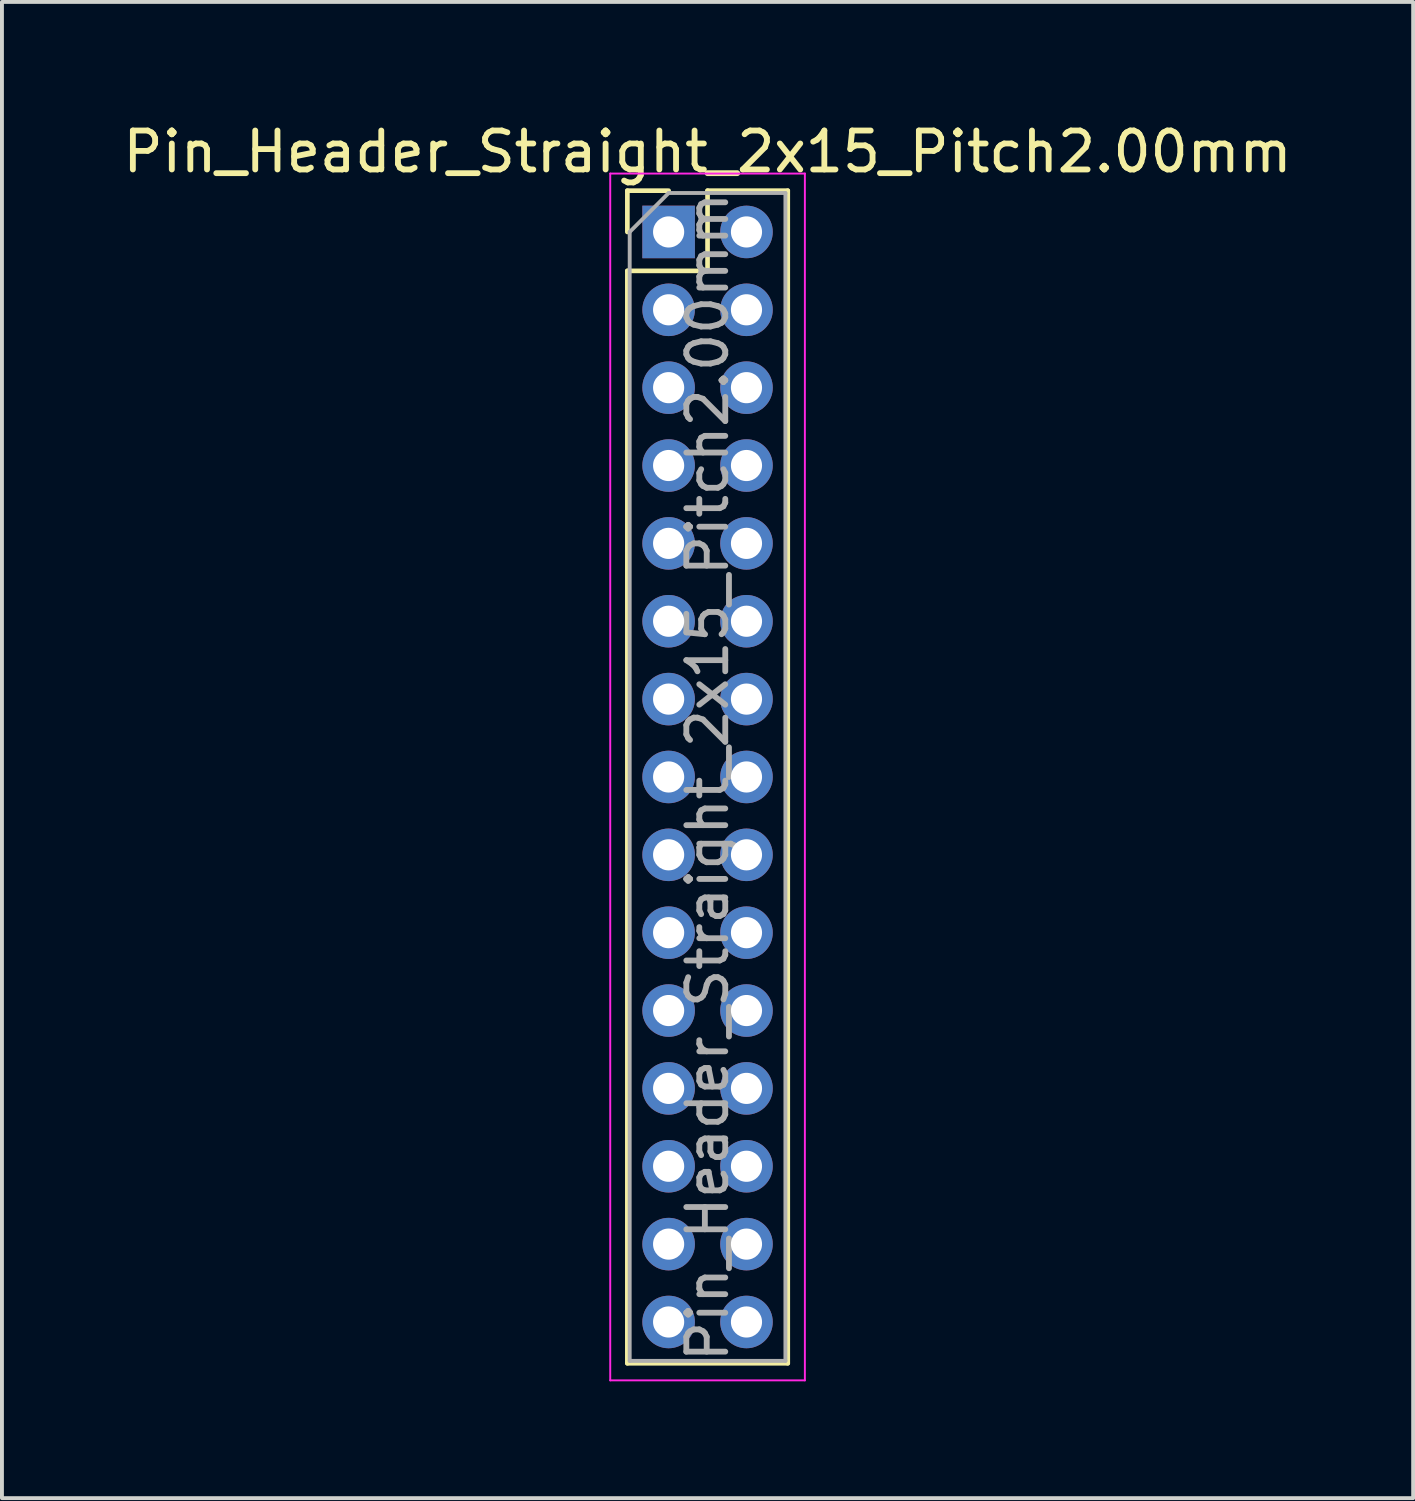
<source format=kicad_pcb>
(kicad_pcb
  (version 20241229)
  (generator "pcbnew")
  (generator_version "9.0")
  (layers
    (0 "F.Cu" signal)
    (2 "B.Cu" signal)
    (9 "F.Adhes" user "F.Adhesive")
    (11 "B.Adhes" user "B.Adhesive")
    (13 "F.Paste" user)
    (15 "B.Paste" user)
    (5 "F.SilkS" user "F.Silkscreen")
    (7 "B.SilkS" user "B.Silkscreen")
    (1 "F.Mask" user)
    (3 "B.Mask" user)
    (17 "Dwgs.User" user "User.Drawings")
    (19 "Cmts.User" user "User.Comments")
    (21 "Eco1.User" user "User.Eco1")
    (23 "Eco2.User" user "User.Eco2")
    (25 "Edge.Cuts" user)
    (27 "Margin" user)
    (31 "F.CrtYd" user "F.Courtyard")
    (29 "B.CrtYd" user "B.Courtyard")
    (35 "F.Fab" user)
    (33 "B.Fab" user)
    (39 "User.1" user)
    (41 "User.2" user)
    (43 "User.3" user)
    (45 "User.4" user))
  (footprint "Pin_Header_Straight_2x15_Pitch2.00mm"
    (layer "F.Cu")
    (at 14.125 2.908)
    (property "Reference" "Pin_Header_Straight_2x15_Pitch2.00mm" (at 1 -2.06 0) (layer "F.SilkS") (effects (font (size 1 1) (thickness 0.15))))
    (attr through_hole)
    (fp_line (start -1.06 -1.06) (end 0 -1.06) (stroke (width 0.12) (type solid)) (layer "F.SilkS"))
    (fp_line (start -1.06 0) (end -1.06 -1.06) (stroke (width 0.12) (type solid)) (layer "F.SilkS"))
    (fp_line (start -1.06 1) (end -1.06 29.06) (stroke (width 0.12) (type solid)) (layer "F.SilkS"))
    (fp_line (start -1.06 1) (end 1 1) (stroke (width 0.12) (type solid)) (layer "F.SilkS"))
    (fp_line (start -1.06 29.06) (end 3.06 29.06) (stroke (width 0.12) (type solid)) (layer "F.SilkS"))
    (fp_line (start 1 -1.06) (end 3.06 -1.06) (stroke (width 0.12) (type solid)) (layer "F.SilkS"))
    (fp_line (start 1 1) (end 1 -1.06) (stroke (width 0.12) (type solid)) (layer "F.SilkS"))
    (fp_line (start 3.06 -1.06) (end 3.06 29.06) (stroke (width 0.12) (type solid)) (layer "F.SilkS"))
    (fp_line (start -1.5 -1.5) (end -1.5 29.5) (stroke (width 0.05) (type solid)) (layer "F.CrtYd"))
    (fp_line (start -1.5 29.5) (end 3.5 29.5) (stroke (width 0.05) (type solid)) (layer "F.CrtYd"))
    (fp_line (start 3.5 -1.5) (end -1.5 -1.5) (stroke (width 0.05) (type solid)) (layer "F.CrtYd"))
    (fp_line (start 3.5 29.5) (end 3.5 -1.5) (stroke (width 0.05) (type solid)) (layer "F.CrtYd"))
    (fp_line (start -1 0) (end 0 -1) (stroke (width 0.1) (type solid)) (layer "F.Fab"))
    (fp_line (start -1 29) (end -1 0) (stroke (width 0.1) (type solid)) (layer "F.Fab"))
    (fp_line (start 0 -1) (end 3 -1) (stroke (width 0.1) (type solid)) (layer "F.Fab"))
    (fp_line (start 3 -1) (end 3 29) (stroke (width 0.1) (type solid)) (layer "F.Fab"))
    (fp_line (start 3 29) (end -1 29) (stroke (width 0.1) (type solid)) (layer "F.Fab"))
    (fp_text user "${REFERENCE}" (at 1 14 90) (layer "F.Fab") (effects (font (size 1 1) (thickness 0.15))))
    (pad "1" thru_hole rect (at 0 0) (size 1.35 1.35) (drill 0.8) (layers "*.Cu" "*.Mask"))
    (pad "2" thru_hole oval (at 2 0) (size 1.35 1.35) (drill 0.8) (layers "*.Cu" "*.Mask"))
    (pad "3" thru_hole oval (at 0 2) (size 1.35 1.35) (drill 0.8) (layers "*.Cu" "*.Mask"))
    (pad "4" thru_hole oval (at 2 2) (size 1.35 1.35) (drill 0.8) (layers "*.Cu" "*.Mask"))
    (pad "5" thru_hole oval (at 0 4) (size 1.35 1.35) (drill 0.8) (layers "*.Cu" "*.Mask"))
    (pad "6" thru_hole oval (at 2 4) (size 1.35 1.35) (drill 0.8) (layers "*.Cu" "*.Mask"))
    (pad "7" thru_hole oval (at 0 6) (size 1.35 1.35) (drill 0.8) (layers "*.Cu" "*.Mask"))
    (pad "8" thru_hole oval (at 2 6) (size 1.35 1.35) (drill 0.8) (layers "*.Cu" "*.Mask"))
    (pad "9" thru_hole oval (at 0 8) (size 1.35 1.35) (drill 0.8) (layers "*.Cu" "*.Mask"))
    (pad "10" thru_hole oval (at 2 8) (size 1.35 1.35) (drill 0.8) (layers "*.Cu" "*.Mask"))
    (pad "11" thru_hole oval (at 0 10) (size 1.35 1.35) (drill 0.8) (layers "*.Cu" "*.Mask"))
    (pad "12" thru_hole oval (at 2 10) (size 1.35 1.35) (drill 0.8) (layers "*.Cu" "*.Mask"))
    (pad "13" thru_hole oval (at 0 12) (size 1.35 1.35) (drill 0.8) (layers "*.Cu" "*.Mask"))
    (pad "14" thru_hole oval (at 2 12) (size 1.35 1.35) (drill 0.8) (layers "*.Cu" "*.Mask"))
    (pad "15" thru_hole oval (at 0 14) (size 1.35 1.35) (drill 0.8) (layers "*.Cu" "*.Mask"))
    (pad "16" thru_hole oval (at 2 14) (size 1.35 1.35) (drill 0.8) (layers "*.Cu" "*.Mask"))
    (pad "17" thru_hole oval (at 0 16) (size 1.35 1.35) (drill 0.8) (layers "*.Cu" "*.Mask"))
    (pad "18" thru_hole oval (at 2 16) (size 1.35 1.35) (drill 0.8) (layers "*.Cu" "*.Mask"))
    (pad "19" thru_hole oval (at 0 18) (size 1.35 1.35) (drill 0.8) (layers "*.Cu" "*.Mask"))
    (pad "20" thru_hole oval (at 2 18) (size 1.35 1.35) (drill 0.8) (layers "*.Cu" "*.Mask"))
    (pad "21" thru_hole oval (at 0 20) (size 1.35 1.35) (drill 0.8) (layers "*.Cu" "*.Mask"))
    (pad "22" thru_hole oval (at 2 20) (size 1.35 1.35) (drill 0.8) (layers "*.Cu" "*.Mask"))
    (pad "23" thru_hole oval (at 0 22) (size 1.35 1.35) (drill 0.8) (layers "*.Cu" "*.Mask"))
    (pad "24" thru_hole oval (at 2 22) (size 1.35 1.35) (drill 0.8) (layers "*.Cu" "*.Mask"))
    (pad "25" thru_hole oval (at 0 24) (size 1.35 1.35) (drill 0.8) (layers "*.Cu" "*.Mask"))
    (pad "26" thru_hole oval (at 2 24) (size 1.35 1.35) (drill 0.8) (layers "*.Cu" "*.Mask"))
    (pad "27" thru_hole oval (at 0 26) (size 1.35 1.35) (drill 0.8) (layers "*.Cu" "*.Mask"))
    (pad "28" thru_hole oval (at 2 26) (size 1.35 1.35) (drill 0.8) (layers "*.Cu" "*.Mask"))
    (pad "29" thru_hole oval (at 0 28) (size 1.35 1.35) (drill 0.8) (layers "*.Cu" "*.Mask"))
    (pad "30" thru_hole oval (at 2 28) (size 1.35 1.35) (drill 0.8) (layers "*.Cu" "*.Mask")))
  (gr_rect
    (start -3 -3)
    (end 33.25 35.433)
    (stroke (width 0.1) (type default))
    (fill no)
    (layer "Edge.Cuts")))
</source>
